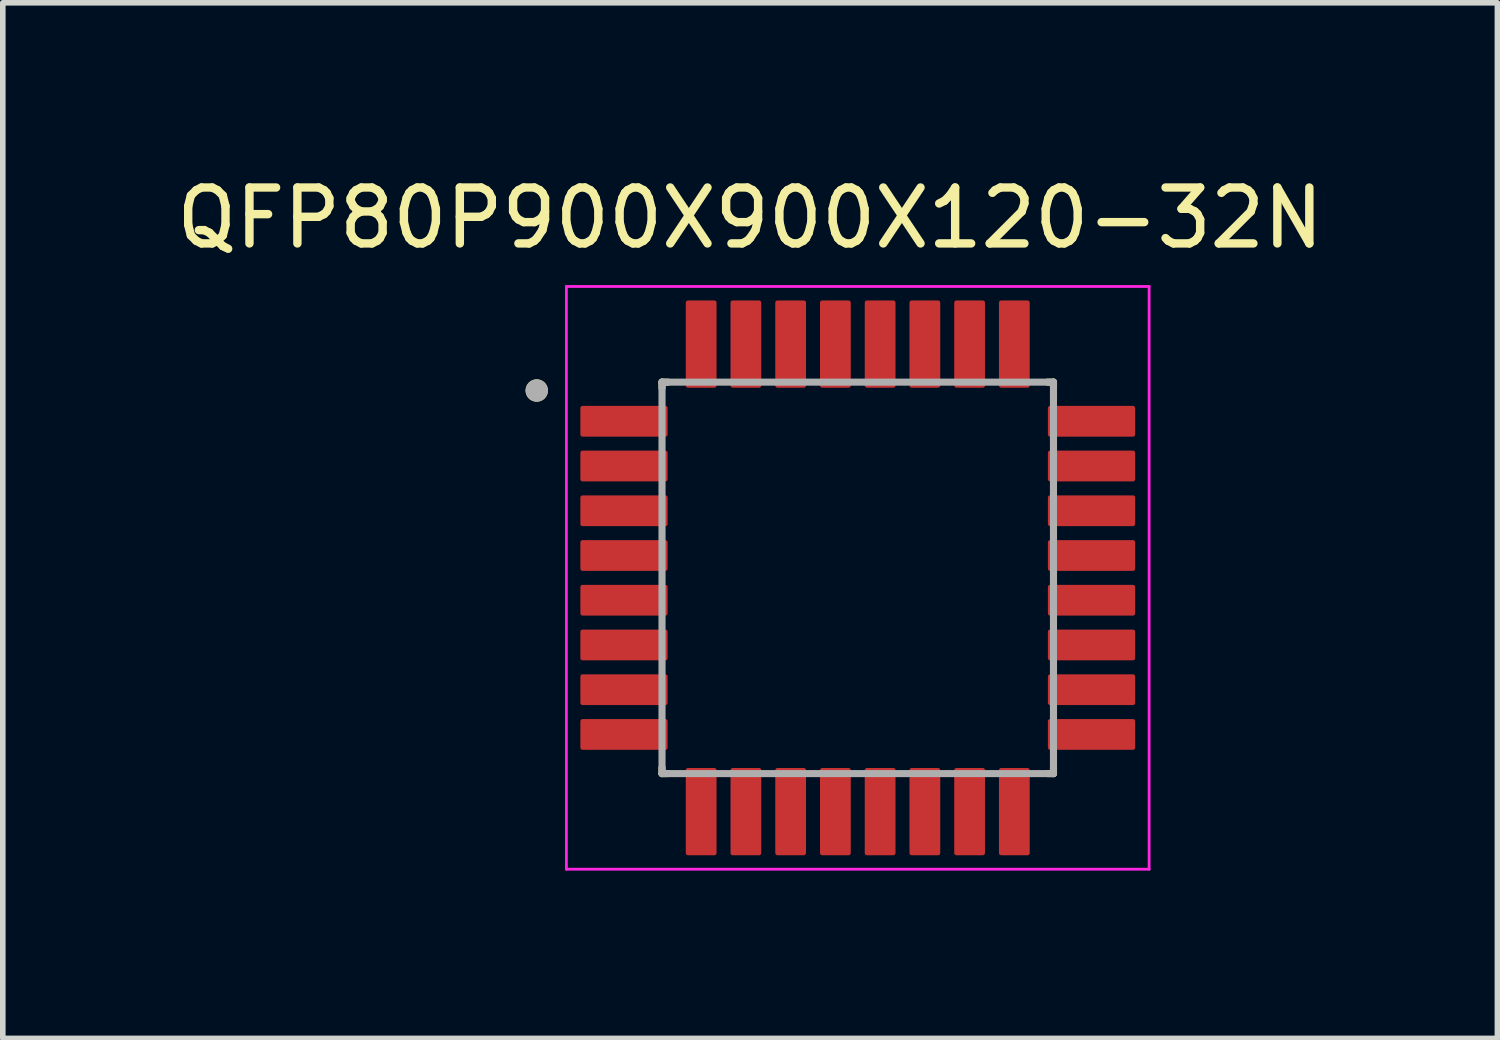
<source format=kicad_pcb>
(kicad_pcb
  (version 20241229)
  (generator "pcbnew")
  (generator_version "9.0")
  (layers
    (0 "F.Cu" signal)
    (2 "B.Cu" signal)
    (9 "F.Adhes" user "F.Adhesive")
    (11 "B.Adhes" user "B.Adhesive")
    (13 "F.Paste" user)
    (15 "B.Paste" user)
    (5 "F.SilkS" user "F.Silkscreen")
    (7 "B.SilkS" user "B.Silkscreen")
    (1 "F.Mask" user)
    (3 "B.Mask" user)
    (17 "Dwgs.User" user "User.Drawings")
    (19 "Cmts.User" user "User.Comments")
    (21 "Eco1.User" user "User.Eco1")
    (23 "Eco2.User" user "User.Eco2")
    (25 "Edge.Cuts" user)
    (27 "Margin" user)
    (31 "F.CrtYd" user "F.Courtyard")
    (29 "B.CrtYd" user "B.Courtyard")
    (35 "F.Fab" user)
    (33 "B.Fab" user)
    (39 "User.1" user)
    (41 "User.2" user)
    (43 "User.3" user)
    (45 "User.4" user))
  (footprint "QFP80P900X900X120-32N"
    (layer "F.Cu")
    (at 12.288 7.283)
    (property "Reference" "QFP80P900X900X120-32N" (at -1.925 -6.435 0) (layer "F.SilkS") (effects (font (size 1 1) (thickness 0.15))))
    (attr through_hole)
    (fp_line (start -3.5 -3.5) (end -3.5 -3.395) (stroke (width 0.127) (type solid)) (layer "F.SilkS"))
    (fp_line (start -3.5 -3.5) (end -3.395 -3.5) (stroke (width 0.127) (type solid)) (layer "F.SilkS"))
    (fp_line (start -3.5 3.5) (end -3.5 3.395) (stroke (width 0.127) (type solid)) (layer "F.SilkS"))
    (fp_line (start -3.5 3.5) (end -3.395 3.5) (stroke (width 0.127) (type solid)) (layer "F.SilkS"))
    (fp_line (start 3.5 -3.5) (end 3.395 -3.5) (stroke (width 0.127) (type solid)) (layer "F.SilkS"))
    (fp_line (start 3.5 -3.5) (end 3.5 -3.395) (stroke (width 0.127) (type solid)) (layer "F.SilkS"))
    (fp_line (start 3.5 3.5) (end 3.395 3.5) (stroke (width 0.127) (type solid)) (layer "F.SilkS"))
    (fp_line (start 3.5 3.5) (end 3.5 3.395) (stroke (width 0.127) (type solid)) (layer "F.SilkS"))
    (fp_circle (center -5.74 -3.35) (end -5.64 -3.35) (stroke (width 0.2) (type solid)) (fill no) (layer "F.SilkS"))
    (fp_line (start -5.21 -5.21) (end 5.21 -5.21) (stroke (width 0.05) (type solid)) (layer "F.CrtYd"))
    (fp_line (start -5.21 5.21) (end -5.21 -5.21) (stroke (width 0.05) (type solid)) (layer "F.CrtYd"))
    (fp_line (start -5.21 5.21) (end 5.21 5.21) (stroke (width 0.05) (type solid)) (layer "F.CrtYd"))
    (fp_line (start 5.21 5.21) (end 5.21 -5.21) (stroke (width 0.05) (type solid)) (layer "F.CrtYd"))
    (fp_line (start -3.5 3.5) (end -3.5 -3.5) (stroke (width 0.127) (type solid)) (layer "F.Fab"))
    (fp_line (start 3.5 -3.5) (end -3.5 -3.5) (stroke (width 0.127) (type solid)) (layer "F.Fab"))
    (fp_line (start 3.5 3.5) (end -3.5 3.5) (stroke (width 0.127) (type solid)) (layer "F.Fab"))
    (fp_line (start 3.5 3.5) (end 3.5 -3.5) (stroke (width 0.127) (type solid)) (layer "F.Fab"))
    (fp_circle (center -5.74 -3.35) (end -5.64 -3.35) (stroke (width 0.2) (type solid)) (fill no) (layer "F.Fab"))
    (pad "1" smd roundrect (at -4.18 -2.8) (size 1.56 0.55) (layers "F.Cu" "F.Mask" "F.Paste") (roundrect_rratio 0.07))
    (pad "2" smd roundrect (at -4.18 -2) (size 1.56 0.55) (layers "F.Cu" "F.Mask" "F.Paste") (roundrect_rratio 0.07))
    (pad "3" smd roundrect (at -4.18 -1.2) (size 1.56 0.55) (layers "F.Cu" "F.Mask" "F.Paste") (roundrect_rratio 0.07))
    (pad "4" smd roundrect (at -4.18 -0.4) (size 1.56 0.55) (layers "F.Cu" "F.Mask" "F.Paste") (roundrect_rratio 0.07))
    (pad "5" smd roundrect (at -4.18 0.4) (size 1.56 0.55) (layers "F.Cu" "F.Mask" "F.Paste") (roundrect_rratio 0.07))
    (pad "6" smd roundrect (at -4.18 1.2) (size 1.56 0.55) (layers "F.Cu" "F.Mask" "F.Paste") (roundrect_rratio 0.07))
    (pad "7" smd roundrect (at -4.18 2) (size 1.56 0.55) (layers "F.Cu" "F.Mask" "F.Paste") (roundrect_rratio 0.07))
    (pad "8" smd roundrect (at -4.18 2.8) (size 1.56 0.55) (layers "F.Cu" "F.Mask" "F.Paste") (roundrect_rratio 0.07))
    (pad "9" smd roundrect (at -2.8 4.18 90) (size 1.56 0.55) (layers "F.Cu" "F.Mask" "F.Paste") (roundrect_rratio 0.07))
    (pad "10" smd roundrect (at -2 4.18 90) (size 1.56 0.55) (layers "F.Cu" "F.Mask" "F.Paste") (roundrect_rratio 0.07))
    (pad "11" smd roundrect (at -1.2 4.18 90) (size 1.56 0.55) (layers "F.Cu" "F.Mask" "F.Paste") (roundrect_rratio 0.07))
    (pad "12" smd roundrect (at -0.4 4.18 90) (size 1.56 0.55) (layers "F.Cu" "F.Mask" "F.Paste") (roundrect_rratio 0.07))
    (pad "13" smd roundrect (at 0.4 4.18 90) (size 1.56 0.55) (layers "F.Cu" "F.Mask" "F.Paste") (roundrect_rratio 0.07))
    (pad "14" smd roundrect (at 1.2 4.18 90) (size 1.56 0.55) (layers "F.Cu" "F.Mask" "F.Paste") (roundrect_rratio 0.07))
    (pad "15" smd roundrect (at 2 4.18 90) (size 1.56 0.55) (layers "F.Cu" "F.Mask" "F.Paste") (roundrect_rratio 0.07))
    (pad "16" smd roundrect (at 2.8 4.18 90) (size 1.56 0.55) (layers "F.Cu" "F.Mask" "F.Paste") (roundrect_rratio 0.07))
    (pad "17" smd roundrect (at 4.18 2.8) (size 1.56 0.55) (layers "F.Cu" "F.Mask" "F.Paste") (roundrect_rratio 0.07))
    (pad "18" smd roundrect (at 4.18 2) (size 1.56 0.55) (layers "F.Cu" "F.Mask" "F.Paste") (roundrect_rratio 0.07))
    (pad "19" smd roundrect (at 4.18 1.2) (size 1.56 0.55) (layers "F.Cu" "F.Mask" "F.Paste") (roundrect_rratio 0.07))
    (pad "20" smd roundrect (at 4.18 0.4) (size 1.56 0.55) (layers "F.Cu" "F.Mask" "F.Paste") (roundrect_rratio 0.07))
    (pad "21" smd roundrect (at 4.18 -0.4) (size 1.56 0.55) (layers "F.Cu" "F.Mask" "F.Paste") (roundrect_rratio 0.07))
    (pad "22" smd roundrect (at 4.18 -1.2) (size 1.56 0.55) (layers "F.Cu" "F.Mask" "F.Paste") (roundrect_rratio 0.07))
    (pad "23" smd roundrect (at 4.18 -2) (size 1.56 0.55) (layers "F.Cu" "F.Mask" "F.Paste") (roundrect_rratio 0.07))
    (pad "24" smd roundrect (at 4.18 -2.8) (size 1.56 0.55) (layers "F.Cu" "F.Mask" "F.Paste") (roundrect_rratio 0.07))
    (pad "25" smd roundrect (at 2.8 -4.18 90) (size 1.56 0.55) (layers "F.Cu" "F.Mask" "F.Paste") (roundrect_rratio 0.07))
    (pad "26" smd roundrect (at 2 -4.18 90) (size 1.56 0.55) (layers "F.Cu" "F.Mask" "F.Paste") (roundrect_rratio 0.07))
    (pad "27" smd roundrect (at 1.2 -4.18 90) (size 1.56 0.55) (layers "F.Cu" "F.Mask" "F.Paste") (roundrect_rratio 0.07))
    (pad "28" smd roundrect (at 0.4 -4.18 90) (size 1.56 0.55) (layers "F.Cu" "F.Mask" "F.Paste") (roundrect_rratio 0.07))
    (pad "29" smd roundrect (at -0.4 -4.18 90) (size 1.56 0.55) (layers "F.Cu" "F.Mask" "F.Paste") (roundrect_rratio 0.07))
    (pad "30" smd roundrect (at -1.2 -4.18 90) (size 1.56 0.55) (layers "F.Cu" "F.Mask" "F.Paste") (roundrect_rratio 0.07))
    (pad "31" smd roundrect (at -2 -4.18 90) (size 1.56 0.55) (layers "F.Cu" "F.Mask" "F.Paste") (roundrect_rratio 0.07))
    (pad "32" smd roundrect (at -2.8 -4.18 90) (size 1.56 0.55) (layers "F.Cu" "F.Mask" "F.Paste") (roundrect_rratio 0.07)))
  (gr_rect
    (start -3 -3)
    (end 23.726 15.518)
    (stroke (width 0.1) (type default))
    (fill no)
    (layer "Edge.Cuts")))
</source>
